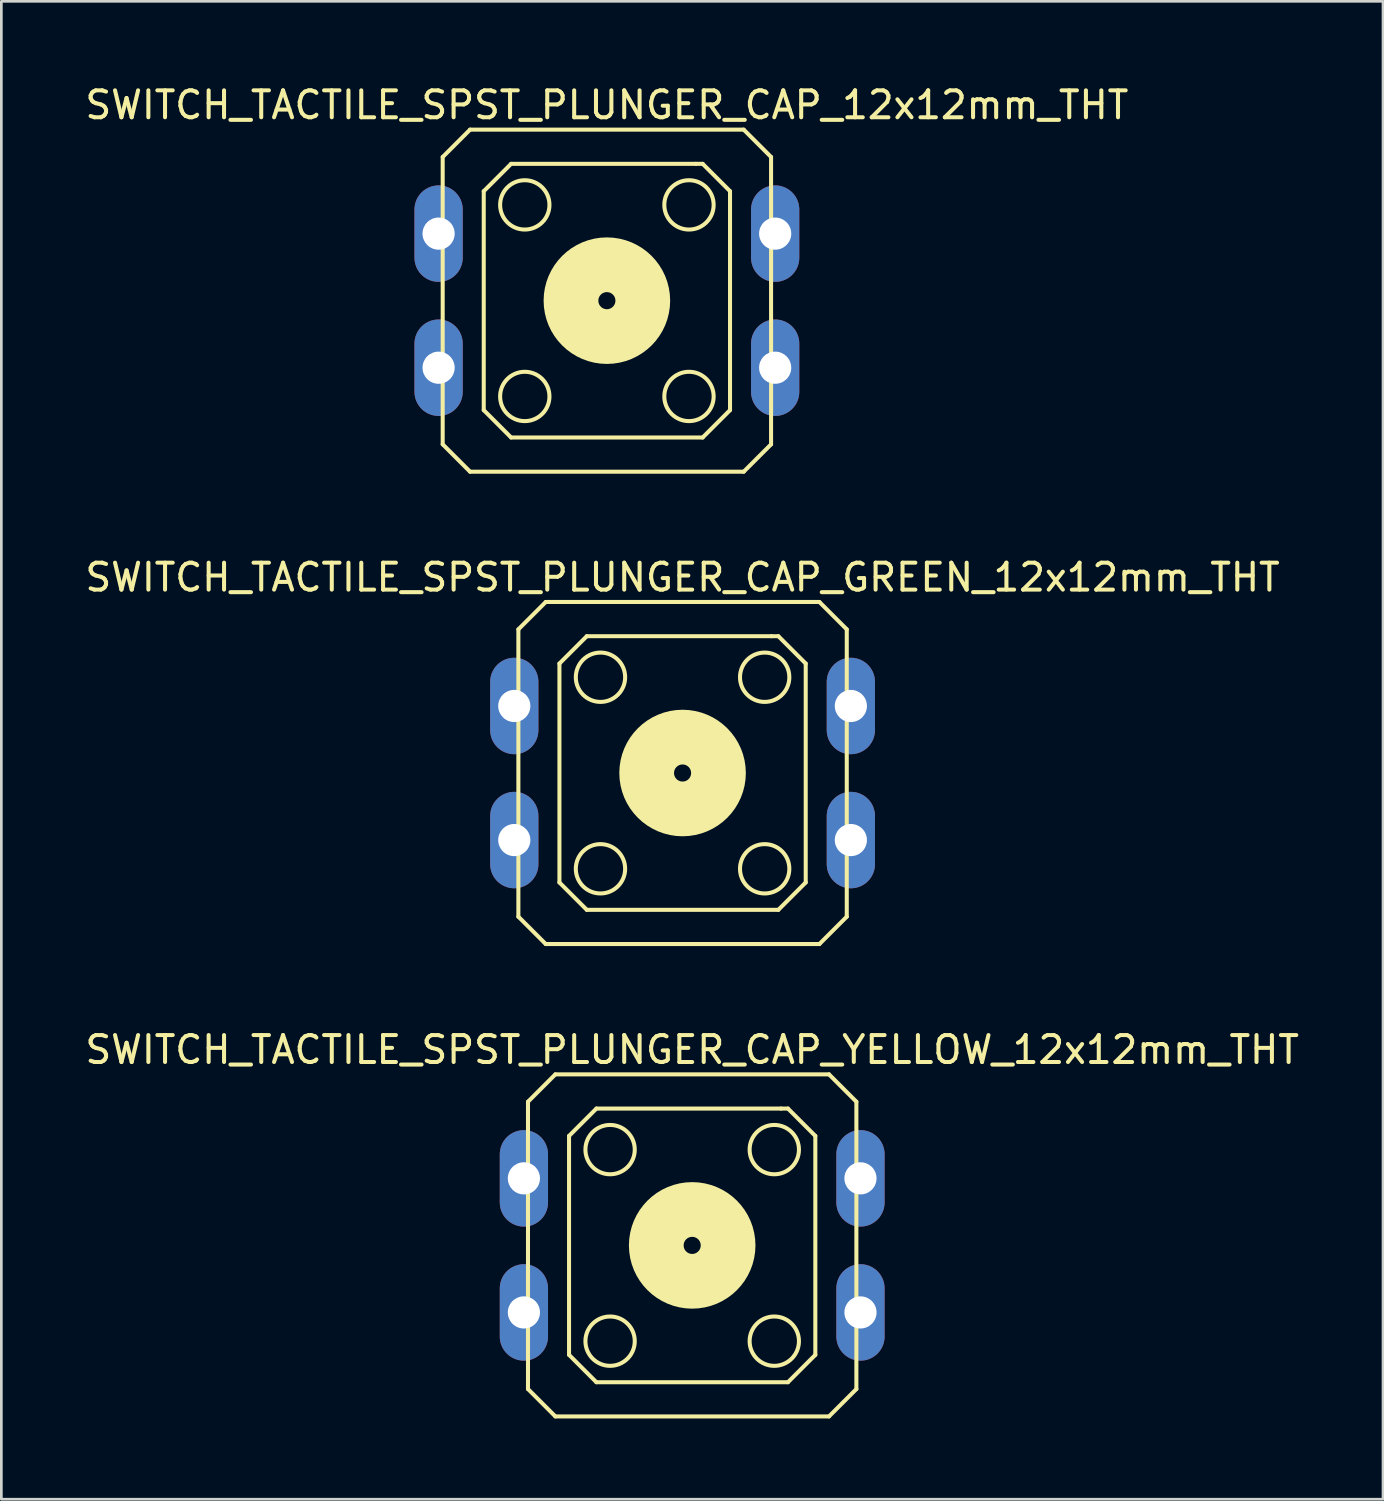
<source format=kicad_pcb>
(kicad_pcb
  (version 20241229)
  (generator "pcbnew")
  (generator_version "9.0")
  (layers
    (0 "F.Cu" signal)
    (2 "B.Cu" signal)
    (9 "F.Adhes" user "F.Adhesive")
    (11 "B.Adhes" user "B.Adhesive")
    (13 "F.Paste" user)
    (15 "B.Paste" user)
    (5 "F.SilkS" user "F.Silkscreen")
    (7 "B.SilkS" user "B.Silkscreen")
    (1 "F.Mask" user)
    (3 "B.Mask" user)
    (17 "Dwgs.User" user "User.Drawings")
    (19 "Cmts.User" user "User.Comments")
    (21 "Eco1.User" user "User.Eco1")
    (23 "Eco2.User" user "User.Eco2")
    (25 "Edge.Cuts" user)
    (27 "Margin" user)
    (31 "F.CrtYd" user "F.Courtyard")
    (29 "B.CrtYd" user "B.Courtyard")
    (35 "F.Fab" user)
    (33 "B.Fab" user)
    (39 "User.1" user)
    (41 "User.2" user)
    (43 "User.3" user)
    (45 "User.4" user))
  (footprint "SWITCH_TACTILE_SPST_PLUNGER_CAP_GREEN_12x12mm_THT"
    (layer "F.Cu")
    (at 22.292 25.65)
    (property "Reference" "SWITCH_TACTILE_SPST_PLUNGER_CAP_GREEN_12x12mm_THT" (at 0 -7.264 0) (layer "F.SilkS") (effects (font (size 1 1) (thickness 0.15))))
    (attr through_hole)
    (fp_line (start -6.096 -5.334) (end -6.096 5.334) (stroke (width 0.15) (type solid)) (layer "F.SilkS"))
    (fp_line (start -6.096 -5.334) (end -5.08 -6.35) (stroke (width 0.15) (type solid)) (layer "F.SilkS"))
    (fp_line (start -5.08 -6.35) (end 5.08 -6.35) (stroke (width 0.15) (type solid)) (layer "F.SilkS"))
    (fp_line (start -5.08 6.35) (end -6.096 5.334) (stroke (width 0.15) (type solid)) (layer "F.SilkS"))
    (fp_line (start -5.08 6.35) (end 5.08 6.35) (stroke (width 0.15) (type solid)) (layer "F.SilkS"))
    (fp_line (start -4.572 -4.064) (end -4.572 4.064) (stroke (width 0.15) (type solid)) (layer "F.SilkS"))
    (fp_line (start -4.572 -4.064) (end -3.556 -5.08) (stroke (width 0.15) (type solid)) (layer "F.SilkS"))
    (fp_line (start -4.572 4.064) (end -3.556 5.08) (stroke (width 0.15) (type solid)) (layer "F.SilkS"))
    (fp_line (start -3.556 -5.08) (end 3.302 -5.08) (stroke (width 0.15) (type solid)) (layer "F.SilkS"))
    (fp_line (start 3.302 -5.08) (end 3.556 -5.08) (stroke (width 0.15) (type solid)) (layer "F.SilkS"))
    (fp_line (start 3.556 -5.08) (end 4.572 -4.064) (stroke (width 0.15) (type solid)) (layer "F.SilkS"))
    (fp_line (start 3.556 5.08) (end -3.556 5.08) (stroke (width 0.15) (type solid)) (layer "F.SilkS"))
    (fp_line (start 4.572 4.064) (end 3.556 5.08) (stroke (width 0.15) (type solid)) (layer "F.SilkS"))
    (fp_line (start 4.572 4.064) (end 4.572 -4.064) (stroke (width 0.15) (type solid)) (layer "F.SilkS"))
    (fp_line (start 5.08 6.35) (end 6.096 5.334) (stroke (width 0.15) (type solid)) (layer "F.SilkS"))
    (fp_line (start 6.096 -5.334) (end 5.08 -6.35) (stroke (width 0.15) (type solid)) (layer "F.SilkS"))
    (fp_line (start 6.096 5.334) (end 6.096 -5.334) (stroke (width 0.15) (type solid)) (layer "F.SilkS"))
    (fp_circle (center -3.048 -3.556) (end -2.54 -2.794) (stroke (width 0.15) (type solid)) (fill no) (layer "F.SilkS"))
    (fp_circle (center -3.048 3.556) (end -2.286 3.048) (stroke (width 0.15) (type solid)) (fill no) (layer "F.SilkS"))
    (fp_circle (center 0 0) (end 1.333 0) (stroke (width 2.032) (type solid)) (fill no) (layer "F.SilkS"))
    (fp_circle (center 3.048 -3.556) (end 2.286 -3.048) (stroke (width 0.15) (type solid)) (fill no) (layer "F.SilkS"))
    (fp_circle (center 3.048 3.556) (end 2.286 3.048) (stroke (width 0.15) (type solid)) (fill no) (layer "F.SilkS"))
    (pad "1" thru_hole oval (at -6.248 -2.489) (size 1.791 3.581) (drill 1.194) (layers "*.Cu" "*.Mask"))
    (pad "2" thru_hole oval (at 6.248 -2.489) (size 1.791 3.581) (drill 1.194) (layers "*.Cu" "*.Mask"))
    (pad "3" thru_hole oval (at -6.248 2.489) (size 1.791 3.581) (drill 1.194) (layers "*.Cu" "*.Mask"))
    (pad "4" thru_hole oval (at 6.248 2.489) (size 1.791 3.581) (drill 1.194) (layers "*.Cu" "*.Mask")))
  (footprint "SWITCH_TACTILE_SPST_PLUNGER_CAP_12x12mm_THT"
    (layer "F.Cu")
    (at 19.482 8.113)
    (property "Reference" "SWITCH_TACTILE_SPST_PLUNGER_CAP_12x12mm_THT" (at 0 -7.264 0) (layer "F.SilkS") (effects (font (size 1 1) (thickness 0.15))))
    (attr through_hole)
    (fp_line (start -6.096 -5.334) (end -6.096 5.334) (stroke (width 0.15) (type solid)) (layer "F.SilkS"))
    (fp_line (start -6.096 -5.334) (end -5.08 -6.35) (stroke (width 0.15) (type solid)) (layer "F.SilkS"))
    (fp_line (start -5.08 -6.35) (end 5.08 -6.35) (stroke (width 0.15) (type solid)) (layer "F.SilkS"))
    (fp_line (start -5.08 6.35) (end -6.096 5.334) (stroke (width 0.15) (type solid)) (layer "F.SilkS"))
    (fp_line (start -5.08 6.35) (end 5.08 6.35) (stroke (width 0.15) (type solid)) (layer "F.SilkS"))
    (fp_line (start -4.572 -4.064) (end -4.572 4.064) (stroke (width 0.15) (type solid)) (layer "F.SilkS"))
    (fp_line (start -4.572 -4.064) (end -3.556 -5.08) (stroke (width 0.15) (type solid)) (layer "F.SilkS"))
    (fp_line (start -4.572 4.064) (end -3.556 5.08) (stroke (width 0.15) (type solid)) (layer "F.SilkS"))
    (fp_line (start -3.556 -5.08) (end 3.302 -5.08) (stroke (width 0.15) (type solid)) (layer "F.SilkS"))
    (fp_line (start 3.302 -5.08) (end 3.556 -5.08) (stroke (width 0.15) (type solid)) (layer "F.SilkS"))
    (fp_line (start 3.556 -5.08) (end 4.572 -4.064) (stroke (width 0.15) (type solid)) (layer "F.SilkS"))
    (fp_line (start 3.556 5.08) (end -3.556 5.08) (stroke (width 0.15) (type solid)) (layer "F.SilkS"))
    (fp_line (start 4.572 4.064) (end 3.556 5.08) (stroke (width 0.15) (type solid)) (layer "F.SilkS"))
    (fp_line (start 4.572 4.064) (end 4.572 -4.064) (stroke (width 0.15) (type solid)) (layer "F.SilkS"))
    (fp_line (start 5.08 6.35) (end 6.096 5.334) (stroke (width 0.15) (type solid)) (layer "F.SilkS"))
    (fp_line (start 6.096 -5.334) (end 5.08 -6.35) (stroke (width 0.15) (type solid)) (layer "F.SilkS"))
    (fp_line (start 6.096 5.334) (end 6.096 -5.334) (stroke (width 0.15) (type solid)) (layer "F.SilkS"))
    (fp_circle (center -3.048 -3.556) (end -2.54 -2.794) (stroke (width 0.15) (type solid)) (fill no) (layer "F.SilkS"))
    (fp_circle (center -3.048 3.556) (end -2.286 3.048) (stroke (width 0.15) (type solid)) (fill no) (layer "F.SilkS"))
    (fp_circle (center 0 0) (end 1.333 0) (stroke (width 2.032) (type solid)) (fill no) (layer "F.SilkS"))
    (fp_circle (center 3.048 -3.556) (end 2.286 -3.048) (stroke (width 0.15) (type solid)) (fill no) (layer "F.SilkS"))
    (fp_circle (center 3.048 3.556) (end 2.286 3.048) (stroke (width 0.15) (type solid)) (fill no) (layer "F.SilkS"))
    (pad "1" thru_hole oval (at -6.248 -2.489) (size 1.791 3.581) (drill 1.194) (layers "*.Cu" "*.Mask"))
    (pad "2" thru_hole oval (at 6.248 -2.489) (size 1.791 3.581) (drill 1.194) (layers "*.Cu" "*.Mask"))
    (pad "3" thru_hole oval (at -6.248 2.489) (size 1.791 3.581) (drill 1.194) (layers "*.Cu" "*.Mask"))
    (pad "4" thru_hole oval (at 6.248 2.489) (size 1.791 3.581) (drill 1.194) (layers "*.Cu" "*.Mask")))
  (footprint "SWITCH_TACTILE_SPST_PLUNGER_CAP_YELLOW_12x12mm_THT"
    (layer "F.Cu")
    (at 22.649 43.188)
    (property "Reference" "SWITCH_TACTILE_SPST_PLUNGER_CAP_YELLOW_12x12mm_THT" (at 0 -7.264 0) (layer "F.SilkS") (effects (font (size 1 1) (thickness 0.15))))
    (attr through_hole)
    (fp_line (start -6.096 -5.334) (end -6.096 5.334) (stroke (width 0.15) (type solid)) (layer "F.SilkS"))
    (fp_line (start -6.096 -5.334) (end -5.08 -6.35) (stroke (width 0.15) (type solid)) (layer "F.SilkS"))
    (fp_line (start -5.08 -6.35) (end 5.08 -6.35) (stroke (width 0.15) (type solid)) (layer "F.SilkS"))
    (fp_line (start -5.08 6.35) (end -6.096 5.334) (stroke (width 0.15) (type solid)) (layer "F.SilkS"))
    (fp_line (start -5.08 6.35) (end 5.08 6.35) (stroke (width 0.15) (type solid)) (layer "F.SilkS"))
    (fp_line (start -4.572 -4.064) (end -4.572 4.064) (stroke (width 0.15) (type solid)) (layer "F.SilkS"))
    (fp_line (start -4.572 -4.064) (end -3.556 -5.08) (stroke (width 0.15) (type solid)) (layer "F.SilkS"))
    (fp_line (start -4.572 4.064) (end -3.556 5.08) (stroke (width 0.15) (type solid)) (layer "F.SilkS"))
    (fp_line (start -3.556 -5.08) (end 3.302 -5.08) (stroke (width 0.15) (type solid)) (layer "F.SilkS"))
    (fp_line (start 3.302 -5.08) (end 3.556 -5.08) (stroke (width 0.15) (type solid)) (layer "F.SilkS"))
    (fp_line (start 3.556 -5.08) (end 4.572 -4.064) (stroke (width 0.15) (type solid)) (layer "F.SilkS"))
    (fp_line (start 3.556 5.08) (end -3.556 5.08) (stroke (width 0.15) (type solid)) (layer "F.SilkS"))
    (fp_line (start 4.572 4.064) (end 3.556 5.08) (stroke (width 0.15) (type solid)) (layer "F.SilkS"))
    (fp_line (start 4.572 4.064) (end 4.572 -4.064) (stroke (width 0.15) (type solid)) (layer "F.SilkS"))
    (fp_line (start 5.08 6.35) (end 6.096 5.334) (stroke (width 0.15) (type solid)) (layer "F.SilkS"))
    (fp_line (start 6.096 -5.334) (end 5.08 -6.35) (stroke (width 0.15) (type solid)) (layer "F.SilkS"))
    (fp_line (start 6.096 5.334) (end 6.096 -5.334) (stroke (width 0.15) (type solid)) (layer "F.SilkS"))
    (fp_circle (center -3.048 -3.556) (end -2.54 -2.794) (stroke (width 0.15) (type solid)) (fill no) (layer "F.SilkS"))
    (fp_circle (center -3.048 3.556) (end -2.286 3.048) (stroke (width 0.15) (type solid)) (fill no) (layer "F.SilkS"))
    (fp_circle (center 0 0) (end 1.333 0) (stroke (width 2.032) (type solid)) (fill no) (layer "F.SilkS"))
    (fp_circle (center 3.048 -3.556) (end 2.286 -3.048) (stroke (width 0.15) (type solid)) (fill no) (layer "F.SilkS"))
    (fp_circle (center 3.048 3.556) (end 2.286 3.048) (stroke (width 0.15) (type solid)) (fill no) (layer "F.SilkS"))
    (pad "1" thru_hole oval (at -6.248 -2.489) (size 1.791 3.581) (drill 1.194) (layers "*.Cu" "*.Mask"))
    (pad "2" thru_hole oval (at 6.248 -2.489) (size 1.791 3.581) (drill 1.194) (layers "*.Cu" "*.Mask"))
    (pad "3" thru_hole oval (at -6.248 2.489) (size 1.791 3.581) (drill 1.194) (layers "*.Cu" "*.Mask"))
    (pad "4" thru_hole oval (at 6.248 2.489) (size 1.791 3.581) (drill 1.194) (layers "*.Cu" "*.Mask")))
  (gr_rect
    (start -3 -3)
    (end 48.298 52.613)
    (stroke (width 0.1) (type default))
    (fill no)
    (layer "Edge.Cuts")))
</source>
